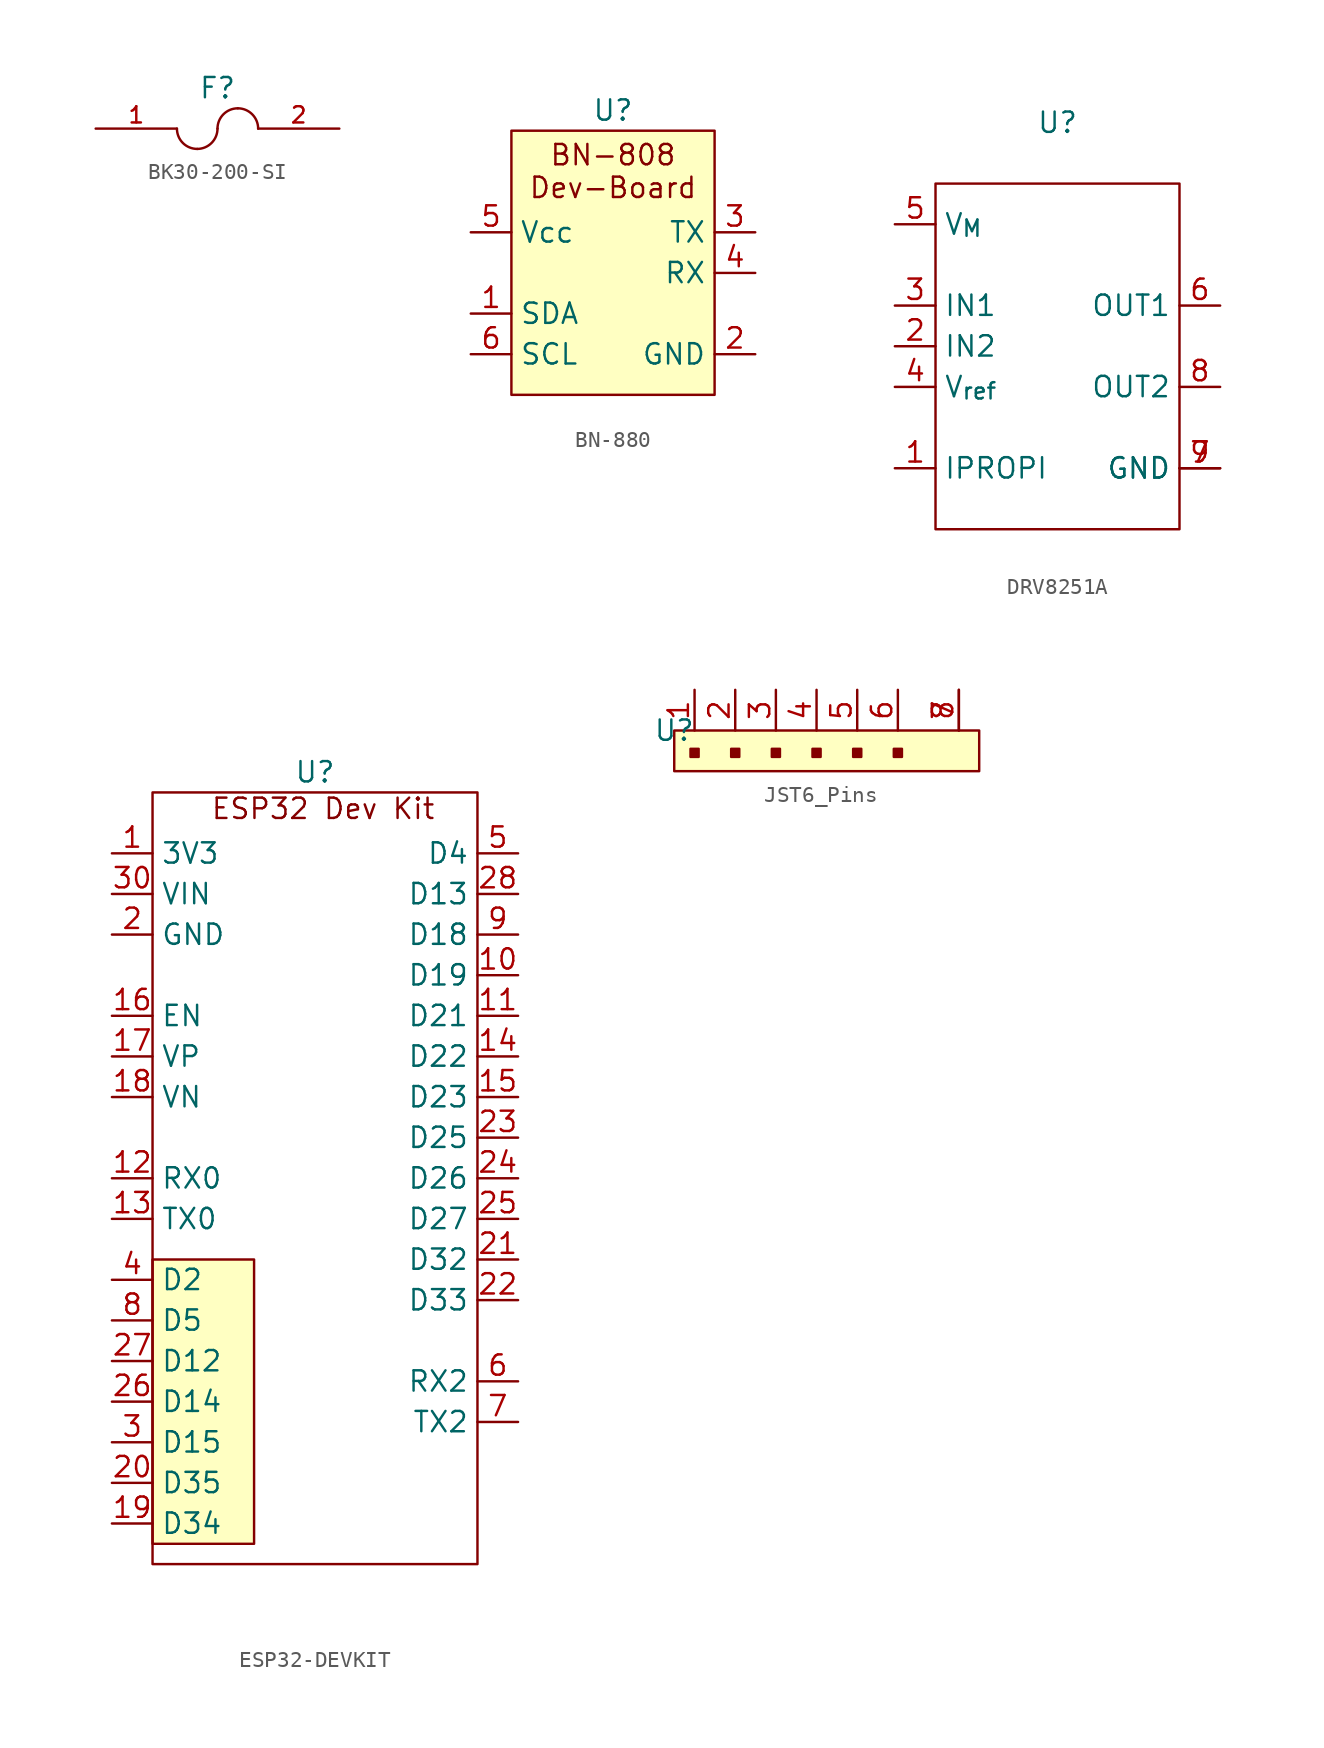
<source format=kicad_sym>
(kicad_symbol_lib
  (version 20231120)
  (generator "kicad_symbol_editor")
  (generator_version "8.0")
  (symbol "BK30-200-SI"
    (property "Reference" "F"
      (at 0 0 0)
      (effects (font (size 1.27 1.27))))
    (property "Value" ""
      (at 0 0 0)
      (effects (font (size 1.27 1.27))))
    (symbol "BK30-200-SI_0_1"
      (arc (start -2.54 -2.54) (mid -2.168 -3.438) (end -1.27 -3.81) (stroke (width 0) (type default)) (fill (type none)))
      (arc (start -1.27 -3.81) (mid -0.372 -3.438) (end 0 -2.54) (stroke (width 0) (type default)) (fill (type none)))
      (arc (start 1.27 -1.27) (mid 0.372 -1.642) (end 0 -2.54) (stroke (width 0) (type default)) (fill (type none)))
      (arc (start 2.54 -2.54) (mid 2.168 -1.642) (end 1.27 -1.27) (stroke (width 0) (type default)) (fill (type none))))
    (symbol "BK30-200-SI_1_0"
      (pin bidirectional line (at -7.62 -2.54 0) (length 5.08) (name "" (effects (font (size 1.016 1.016)))) (number "1" (effects (font (size 1.016 1.016)))))
      (pin bidirectional line (at 7.62 -2.54 180) (length 5.08) (name "" (effects (font (size 1.016 1.016)))) (number "2" (effects (font (size 1.016 1.016)))))))
  (symbol "BN-880"
    (property "Reference" "U"
      (at 0 1.27 0)
      (effects (font (size 1.27 1.27))))
    (property "Value" ""
      (at 0 0 0)
      (effects (font (size 1.27 1.27))))
    (symbol "BN-880_1_1"
      (rectangle (start -6.35 0) (end 6.35 -16.51) (stroke (width 0) (type default)) (fill (type background)))
      (text "BN-808\nDev-Board" (at 0 -2.54 0) (effects (font (size 1.27 1.27))))
      (pin unspecified line (at -8.89 -11.43 0) (length 2.54) (name "SDA" (effects (font (size 1.27 1.27)))) (number "1" (effects (font (size 1.27 1.27)))))
      (pin unspecified line (at 8.89 -13.97 180) (length 2.54) (name "GND" (effects (font (size 1.27 1.27)))) (number "2" (effects (font (size 1.27 1.27)))))
      (pin unspecified line (at 8.89 -6.35 180) (length 2.54) (name "TX" (effects (font (size 1.27 1.27)))) (number "3" (effects (font (size 1.27 1.27)))))
      (pin unspecified line (at 8.89 -8.89 180) (length 2.54) (name "RX" (effects (font (size 1.27 1.27)))) (number "4" (effects (font (size 1.27 1.27)))))
      (pin unspecified line (at -8.89 -6.35 0) (length 2.54) (name "Vcc" (effects (font (size 1.27 1.27)))) (number "5" (effects (font (size 1.27 1.27)))))
      (pin unspecified line (at -8.89 -13.97 0) (length 2.54) (name "SCL" (effects (font (size 1.27 1.27)))) (number "6" (effects (font (size 1.27 1.27)))))))
  (symbol "DRV8251A"
    (property "Reference" "U"
      (at 0 0 0)
      (effects (font (size 1.27 1.27))))
    (property "Value" ""
      (at -3.81 0 0)
      (effects (font (size 1.27 1.27))))
    (symbol "DRV8251A_0_1"
      (rectangle (start -7.62 -3.81) (end 7.62 -25.4) (stroke (width 0) (type default)) (fill (type none))))
    (symbol "DRV8251A_1_1"
      (pin unspecified line (at -10.16 -21.59 0) (length 2.54) (name "IPROPI" (effects (font (size 1.27 1.27)))) (number "1" (effects (font (size 1.27 1.27)))))
      (pin unspecified line (at -10.16 -13.97 0) (length 2.54) (name "IN2" (effects (font (size 1.27 1.27)))) (number "2" (effects (font (size 1.27 1.27)))))
      (pin unspecified line (at -10.16 -11.43 0) (length 2.54) (name "IN1" (effects (font (size 1.27 1.27)))) (number "3" (effects (font (size 1.27 1.27)))))
      (pin unspecified line (at -10.16 -16.51 0) (length 2.54) (name "V_{ref}" (effects (font (size 1.27 1.27)))) (number "4" (effects (font (size 1.27 1.27)))))
      (pin unspecified line (at -10.16 -6.35 0) (length 2.54) (name "V_{M}" (effects (font (size 1.27 1.27)))) (number "5" (effects (font (size 1.27 1.27)))))
      (pin unspecified line (at 10.16 -11.43 180) (length 2.54) (name "OUT1" (effects (font (size 1.27 1.27)))) (number "6" (effects (font (size 1.27 1.27)))))
      (pin unspecified line (at 10.16 -21.59 180) (length 2.54) (name "GND" (effects (font (size 1.27 1.27)))) (number "7" (effects (font (size 1.27 1.27)))))
      (pin unspecified line (at 10.16 -16.51 180) (length 2.54) (name "OUT2" (effects (font (size 1.27 1.27)))) (number "8" (effects (font (size 1.27 1.27)))))
      (pin unspecified line (at 10.16 -21.59 180) (length 2.54) (name "GND" (effects (font (size 1.27 1.27)))) (number "9" (effects (font (size 1.27 1.27)))))))
  (symbol "ESP32-DEVKIT"
    (property "Reference" "U"
      (at 0 1.27 0)
      (effects (font (size 1.27 1.27))))
    (property "Value" ""
      (at 0 0 0)
      (effects (font (size 1.27 1.27))))
    (symbol "ESP32-DEVKIT_0_1"
      (rectangle (start -10.16 0) (end 10.16 -48.26) (stroke (width 0) (type default)) (fill (type none))))
    (symbol "ESP32-DEVKIT_1_1"
      (rectangle (start -10.16 -29.21) (end -3.81 -46.99) (stroke (width 0) (type default)) (fill (type background)))
      (text "ESP32 Dev Kit" (at 0.508 -1.016 0) (effects (font (size 1.27 1.27))))
      (pin bidirectional line (at -12.7 -3.81 0) (length 2.54) (name "3V3" (effects (font (size 1.27 1.27)))) (number "1" (effects (font (size 1.27 1.27)))))
      (pin bidirectional line (at 12.7 -11.43 180) (length 2.54) (name "D19" (effects (font (size 1.27 1.27)))) (number "10" (effects (font (size 1.27 1.27)))))
      (pin bidirectional line (at 12.7 -13.97 180) (length 2.54) (name "D21" (effects (font (size 1.27 1.27)))) (number "11" (effects (font (size 1.27 1.27)))))
      (pin bidirectional line (at -12.7 -24.13 0) (length 2.54) (name "RX0" (effects (font (size 1.27 1.27)))) (number "12" (effects (font (size 1.27 1.27)))))
      (pin bidirectional line (at -12.7 -26.67 0) (length 2.54) (name "TX0" (effects (font (size 1.27 1.27)))) (number "13" (effects (font (size 1.27 1.27)))))
      (pin bidirectional line (at 12.7 -16.51 180) (length 2.54) (name "D22" (effects (font (size 1.27 1.27)))) (number "14" (effects (font (size 1.27 1.27)))))
      (pin bidirectional line (at 12.7 -19.05 180) (length 2.54) (name "D23" (effects (font (size 1.27 1.27)))) (number "15" (effects (font (size 1.27 1.27)))))
      (pin bidirectional line (at -12.7 -13.97 0) (length 2.54) (name "EN" (effects (font (size 1.27 1.27)))) (number "16" (effects (font (size 1.27 1.27)))))
      (pin bidirectional line (at -12.7 -16.51 0) (length 2.54) (name "VP" (effects (font (size 1.27 1.27)))) (number "17" (effects (font (size 1.27 1.27)))))
      (pin bidirectional line (at -12.7 -19.05 0) (length 2.54) (name "VN" (effects (font (size 1.27 1.27)))) (number "18" (effects (font (size 1.27 1.27)))))
      (pin input line (at -12.7 -45.72 0) (length 2.54) (name "D34" (effects (font (size 1.27 1.27)))) (number "19" (effects (font (size 1.27 1.27)))))
      (pin bidirectional line (at -12.7 -8.89 0) (length 2.54) (name "GND" (effects (font (size 1.27 1.27)))) (number "2" (effects (font (size 1.27 1.27)))))
      (pin input line (at -12.7 -43.18 0) (length 2.54) (name "D35" (effects (font (size 1.27 1.27)))) (number "20" (effects (font (size 1.27 1.27)))))
      (pin bidirectional line (at 12.7 -29.21 180) (length 2.54) (name "D32" (effects (font (size 1.27 1.27)))) (number "21" (effects (font (size 1.27 1.27)))))
      (pin bidirectional line (at 12.7 -31.75 180) (length 2.54) (name "D33" (effects (font (size 1.27 1.27)))) (number "22" (effects (font (size 1.27 1.27)))))
      (pin bidirectional line (at 12.7 -21.59 180) (length 2.54) (name "D25" (effects (font (size 1.27 1.27)))) (number "23" (effects (font (size 1.27 1.27)))))
      (pin bidirectional line (at 12.7 -24.13 180) (length 2.54) (name "D26" (effects (font (size 1.27 1.27)))) (number "24" (effects (font (size 1.27 1.27)))))
      (pin bidirectional line (at 12.7 -26.67 180) (length 2.54) (name "D27" (effects (font (size 1.27 1.27)))) (number "25" (effects (font (size 1.27 1.27)))))
      (pin bidirectional line (at -12.7 -38.1 0) (length 2.54) (name "D14" (effects (font (size 1.27 1.27)))) (number "26" (effects (font (size 1.27 1.27)))))
      (pin bidirectional line (at -12.7 -35.56 0) (length 2.54) (name "D12" (effects (font (size 1.27 1.27)))) (number "27" (effects (font (size 1.27 1.27)))))
      (pin bidirectional line (at 12.7 -6.35 180) (length 2.54) (name "D13" (effects (font (size 1.27 1.27)))) (number "28" (effects (font (size 1.27 1.27)))))
      (pin bidirectional line (at -12.7 -40.64 0) (length 2.54) (name "D15" (effects (font (size 1.27 1.27)))) (number "3" (effects (font (size 1.27 1.27)))))
      (pin bidirectional line (at -12.7 -6.35 0) (length 2.54) (name "VIN" (effects (font (size 1.27 1.27)))) (number "30" (effects (font (size 1.27 1.27)))))
      (pin bidirectional line (at -12.7 -30.48 0) (length 2.54) (name "D2" (effects (font (size 1.27 1.27)))) (number "4" (effects (font (size 1.27 1.27)))))
      (pin bidirectional line (at 12.7 -3.81 180) (length 2.54) (name "D4" (effects (font (size 1.27 1.27)))) (number "5" (effects (font (size 1.27 1.27)))))
      (pin bidirectional line (at 12.7 -36.83 180) (length 2.54) (name "RX2" (effects (font (size 1.27 1.27)))) (number "6" (effects (font (size 1.27 1.27)))))
      (pin bidirectional line (at 12.7 -39.37 180) (length 2.54) (name "TX2" (effects (font (size 1.27 1.27)))) (number "7" (effects (font (size 1.27 1.27)))))
      (pin bidirectional line (at -12.7 -33.02 0) (length 2.54) (name "D5" (effects (font (size 1.27 1.27)))) (number "8" (effects (font (size 1.27 1.27)))))
      (pin bidirectional line (at 12.7 -8.89 180) (length 2.54) (name "D18" (effects (font (size 1.27 1.27)))) (number "9" (effects (font (size 1.27 1.27)))))))
  (symbol "JST6_Pins"
    (property "Reference" "U"
      (at 0 0 0)
      (effects (font (size 1.27 1.27))))
    (property "Value" ""
      (at 0 0 0)
      (effects (font (size 1.27 1.27))))
    (symbol "JST6_Pins_1_1"
      (rectangle (start 0 0) (end 19.05 -2.54) (stroke (width 0) (type solid)) (fill (type background)))
      (rectangle (start 1.016 -1.143) (end 1.524 -1.651) (stroke (width 0) (type solid)) (fill (type outline)))
      (rectangle (start 3.556 -1.143) (end 4.064 -1.651) (stroke (width 0) (type solid)) (fill (type outline)))
      (rectangle (start 6.096 -1.143) (end 6.604 -1.651) (stroke (width 0) (type solid)) (fill (type outline)))
      (rectangle (start 8.636 -1.143) (end 9.144 -1.651) (stroke (width 0) (type solid)) (fill (type outline)))
      (rectangle (start 11.176 -1.143) (end 11.684 -1.651) (stroke (width 0) (type solid)) (fill (type outline)))
      (rectangle (start 13.716 -1.143) (end 14.224 -1.651) (stroke (width 0) (type solid)) (fill (type outline)))
      (pin passive line (at 1.27 2.54 270) (length 2.54) (name "~" (effects (font (size 1.27 1.27)))) (number "1" (effects (font (size 1.27 1.27)))))
      (pin passive line (at 3.81 2.54 270) (length 2.54) (name "~" (effects (font (size 1.27 1.27)))) (number "2" (effects (font (size 1.27 1.27)))))
      (pin passive line (at 6.35 2.54 270) (length 2.54) (name "~" (effects (font (size 1.27 1.27)))) (number "3" (effects (font (size 1.27 1.27)))))
      (pin passive line (at 8.89 2.54 270) (length 2.54) (name "~" (effects (font (size 1.27 1.27)))) (number "4" (effects (font (size 1.27 1.27)))))
      (pin passive line (at 11.43 2.54 270) (length 2.54) (name "~" (effects (font (size 1.27 1.27)))) (number "5" (effects (font (size 1.27 1.27)))))
      (pin passive line (at 13.97 2.54 270) (length 2.54) (name "~" (effects (font (size 1.27 1.27)))) (number "6" (effects (font (size 1.27 1.27)))))
      (pin passive line (at 17.78 2.54 270) (length 2.54) (name "~" (effects (font (size 1.27 1.27)))) (number "7" (effects (font (size 1.27 1.27)))))
      (pin passive line (at 17.78 2.54 270) (length 2.54) (name "~" (effects (font (size 1.27 1.27)))) (number "8" (effects (font (size 1.27 1.27))))))))
</source>
